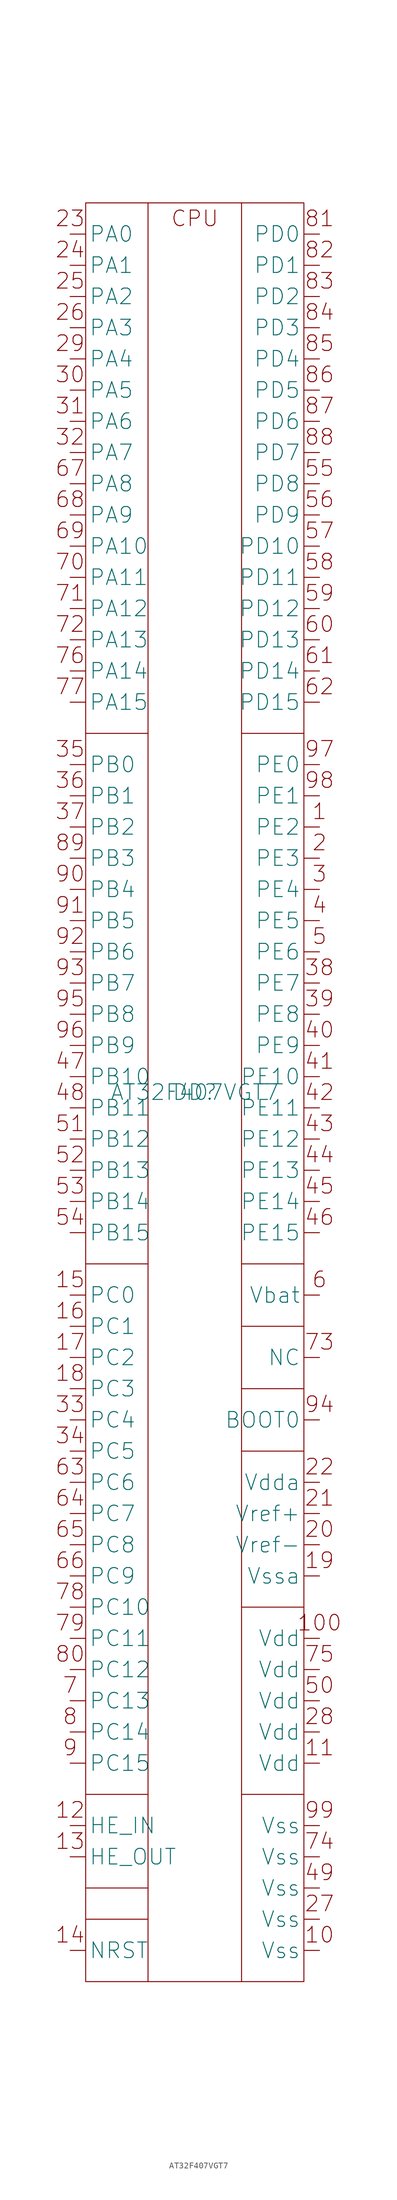
<source format=kicad_sym>
(kicad_symbol_lib
  (version 20220914)
  (generator kicad_symbol_editor)
  (symbol "AT32F407VGT7"
    (pin_numbers hide)
    (property "Reference" "DD"
      (at 0 0 0)
      (effects (font (size 2.5 2.5))))
    (property "Value" "AT32F407VGT7"
      (at 0 0 0)
      (effects (font (size 2.5 2.5))))
    (symbol "AT32F407VGT7_0_1"
      (rectangle (start -17.5 142.5) (end 17.5 -142.5) (stroke (width 0) (type default)) (fill (type none)))
      (polyline (pts (xy -17.5 -132.5) (xy -7.5 -132.5)) (stroke (width 0) (type default)) (fill (type none)))
      (polyline (pts (xy -17.5 -127.5) (xy -7.5 -127.5)) (stroke (width 0) (type default)) (fill (type none)))
      (polyline (pts (xy -17.5 -112.5) (xy -7.5 -112.5)) (stroke (width 0) (type default)) (fill (type none)))
      (polyline (pts (xy -17.5 -27.5) (xy -7.5 -27.5)) (stroke (width 0) (type default)) (fill (type none)))
      (polyline (pts (xy -17.5 57.5) (xy -7.5 57.5)) (stroke (width 0) (type default)) (fill (type none)))
      (polyline (pts (xy -7.5 142.5) (xy -7.5 -142.5)) (stroke (width 0) (type default)) (fill (type none)))
      (polyline (pts (xy 7.5 -112.5) (xy 17.5 -112.5)) (stroke (width 0) (type default)) (fill (type none)))
      (polyline (pts (xy 7.5 -82.5) (xy 17.5 -82.5)) (stroke (width 0) (type default)) (fill (type none)))
      (polyline (pts (xy 7.5 -57.5) (xy 17.5 -57.5)) (stroke (width 0) (type default)) (fill (type none)))
      (polyline (pts (xy 7.5 -47.5) (xy 17.5 -47.5)) (stroke (width 0) (type default)) (fill (type none)))
      (polyline (pts (xy 7.5 -37.5) (xy 17.5 -37.5)) (stroke (width 0) (type default)) (fill (type none)))
      (polyline (pts (xy 7.5 -27.5) (xy 17.5 -27.5)) (stroke (width 0) (type default)) (fill (type none)))
      (polyline (pts (xy 7.5 57.5) (xy 17.5 57.5)) (stroke (width 0) (type default)) (fill (type none)))
      (polyline (pts (xy 7.5 142.5) (xy 7.5 -142.5)) (stroke (width 0) (type default)) (fill (type none))))
    (symbol "AT32F407VGT7_1_1"
      (text "1" (at 20 45 0) (effects (font (size 2.5 2.5))))
      (text "10" (at 20 -135 0) (effects (font (size 2.5 2.5))))
      (text "100" (at 20 -85 0) (effects (font (size 2.5 2.5))))
      (text "11" (at 20 -105 0) (effects (font (size 2.5 2.5))))
      (text "12" (at -20 -115 0) (effects (font (size 2.5 2.5))))
      (text "13" (at -20 -120 0) (effects (font (size 2.5 2.5))))
      (text "14" (at -20 -135 0) (effects (font (size 2.5 2.5))))
      (text "15" (at -20 -30 0) (effects (font (size 2.5 2.5))))
      (text "16" (at -20 -35 0) (effects (font (size 2.5 2.5))))
      (text "17" (at -20 -40 0) (effects (font (size 2.5 2.5))))
      (text "18" (at -20 -45 0) (effects (font (size 2.5 2.5))))
      (text "19" (at 20 -75 0) (effects (font (size 2.5 2.5))))
      (text "2" (at 20 40 0) (effects (font (size 2.5 2.5))))
      (text "20" (at 20 -70 0) (effects (font (size 2.5 2.5))))
      (text "21" (at 20 -65 0) (effects (font (size 2.5 2.5))))
      (text "22" (at 20 -60 0) (effects (font (size 2.5 2.5))))
      (text "23" (at -20 140 0) (effects (font (size 2.5 2.5))))
      (text "24" (at -20 135 0) (effects (font (size 2.5 2.5))))
      (text "25" (at -20 130 0) (effects (font (size 2.5 2.5))))
      (text "26" (at -20 125 0) (effects (font (size 2.5 2.5))))
      (text "27" (at 20 -130 0) (effects (font (size 2.5 2.5))))
      (text "28" (at 20 -100 0) (effects (font (size 2.5 2.5))))
      (text "29" (at -20 120 0) (effects (font (size 2.5 2.5))))
      (text "3" (at 20 35 0) (effects (font (size 2.5 2.5))))
      (text "30" (at -20 115 0) (effects (font (size 2.5 2.5))))
      (text "31" (at -20 110 0) (effects (font (size 2.5 2.5))))
      (text "32" (at -20 105 0) (effects (font (size 2.5 2.5))))
      (text "33" (at -20 -50 0) (effects (font (size 2.5 2.5))))
      (text "34" (at -20 -55 0) (effects (font (size 2.5 2.5))))
      (text "35" (at -20 55 0) (effects (font (size 2.5 2.5))))
      (text "36" (at -20 50 0) (effects (font (size 2.5 2.5))))
      (text "37" (at -20 45 0) (effects (font (size 2.5 2.5))))
      (text "38" (at 20 20 0) (effects (font (size 2.5 2.5))))
      (text "39" (at 20 15 0) (effects (font (size 2.5 2.5))))
      (text "4" (at 20 30 0) (effects (font (size 2.5 2.5))))
      (text "40" (at 20 10 0) (effects (font (size 2.5 2.5))))
      (text "41" (at 20 5 0) (effects (font (size 2.5 2.5))))
      (text "42" (at 20 0 0) (effects (font (size 2.5 2.5))))
      (text "43" (at 20 -5 0) (effects (font (size 2.5 2.5))))
      (text "44" (at 20 -10 0) (effects (font (size 2.5 2.5))))
      (text "45" (at 20 -15 0) (effects (font (size 2.5 2.5))))
      (text "46" (at 20 -20 0) (effects (font (size 2.5 2.5))))
      (text "47" (at -20 5 0) (effects (font (size 2.5 2.5))))
      (text "48" (at -20 0 0) (effects (font (size 2.5 2.5))))
      (text "49" (at 20 -125 0) (effects (font (size 2.5 2.5))))
      (text "5" (at 20 25 0) (effects (font (size 2.5 2.5))))
      (text "50" (at 20 -95 0) (effects (font (size 2.5 2.5))))
      (text "51" (at -20 -5 0) (effects (font (size 2.5 2.5))))
      (text "52" (at -20 -10 0) (effects (font (size 2.5 2.5))))
      (text "53" (at -20 -15 0) (effects (font (size 2.5 2.5))))
      (text "54" (at -20 -20 0) (effects (font (size 2.5 2.5))))
      (text "55" (at 20 100 0) (effects (font (size 2.5 2.5))))
      (text "56" (at 20 95 0) (effects (font (size 2.5 2.5))))
      (text "57" (at 20 90 0) (effects (font (size 2.5 2.5))))
      (text "58" (at 20 85 0) (effects (font (size 2.5 2.5))))
      (text "59" (at 20 80 0) (effects (font (size 2.5 2.5))))
      (text "6" (at 20 -30 0) (effects (font (size 2.5 2.5))))
      (text "60" (at 20 75 0) (effects (font (size 2.5 2.5))))
      (text "61" (at 20 70 0) (effects (font (size 2.5 2.5))))
      (text "62" (at 20 65 0) (effects (font (size 2.5 2.5))))
      (text "63" (at -20 -60 0) (effects (font (size 2.5 2.5))))
      (text "64" (at -20 -65 0) (effects (font (size 2.5 2.5))))
      (text "65" (at -20 -70 0) (effects (font (size 2.5 2.5))))
      (text "66" (at -20 -75 0) (effects (font (size 2.5 2.5))))
      (text "67" (at -20 100 0) (effects (font (size 2.5 2.5))))
      (text "68" (at -20 95 0) (effects (font (size 2.5 2.5))))
      (text "69" (at -20 90 0) (effects (font (size 2.5 2.5))))
      (text "7" (at -20 -95 0) (effects (font (size 2.5 2.5))))
      (text "70" (at -20 85 0) (effects (font (size 2.5 2.5))))
      (text "71" (at -20 80 0) (effects (font (size 2.5 2.5))))
      (text "72" (at -20 75 0) (effects (font (size 2.5 2.5))))
      (text "73" (at 20 -40 0) (effects (font (size 2.5 2.5))))
      (text "74" (at 20 -120 0) (effects (font (size 2.5 2.5))))
      (text "75" (at 20 -90 0) (effects (font (size 2.5 2.5))))
      (text "76" (at -20 70 0) (effects (font (size 2.5 2.5))))
      (text "77" (at -20 65 0) (effects (font (size 2.5 2.5))))
      (text "78" (at -20 -80 0) (effects (font (size 2.5 2.5))))
      (text "79" (at -20 -85 0) (effects (font (size 2.5 2.5))))
      (text "8" (at -20 -100 0) (effects (font (size 2.5 2.5))))
      (text "80" (at -20 -90 0) (effects (font (size 2.5 2.5))))
      (text "81" (at 20 140 0) (effects (font (size 2.5 2.5))))
      (text "82" (at 20 135 0) (effects (font (size 2.5 2.5))))
      (text "83" (at 20 130 0) (effects (font (size 2.5 2.5))))
      (text "84" (at 20 125 0) (effects (font (size 2.5 2.5))))
      (text "85" (at 20 120 0) (effects (font (size 2.5 2.5))))
      (text "86" (at 20 115 0) (effects (font (size 2.5 2.5))))
      (text "87" (at 20 110 0) (effects (font (size 2.5 2.5))))
      (text "88" (at 20 105 0) (effects (font (size 2.5 2.5))))
      (text "89" (at -20 40 0) (effects (font (size 2.5 2.5))))
      (text "9" (at -20 -105 0) (effects (font (size 2.5 2.5))))
      (text "90" (at -20 35 0) (effects (font (size 2.5 2.5))))
      (text "91" (at -20 30 0) (effects (font (size 2.5 2.5))))
      (text "92" (at -20 25 0) (effects (font (size 2.5 2.5))))
      (text "93" (at -20 20 0) (effects (font (size 2.5 2.5))))
      (text "94" (at 20 -50 0) (effects (font (size 2.5 2.5))))
      (text "95" (at -20 15 0) (effects (font (size 2.5 2.5))))
      (text "96" (at -20 10 0) (effects (font (size 2.5 2.5))))
      (text "97" (at 20 55 0) (effects (font (size 2.5 2.5))))
      (text "98" (at 20 50 0) (effects (font (size 2.5 2.5))))
      (text "99" (at 20 -115 0) (effects (font (size 2.5 2.5))))
      (text "CPU" (at 0 140 0) (effects (font (size 2.5 2.5))))
      (pin input line (at 20 42.5 180) (length 2.5) (name "PE2" (effects (font (size 2.5 2.5)))) (number "1" (effects (font (size 2.5 2.5)))))
      (pin input line (at 20 -137.5 180) (length 2.5) (name "Vss" (effects (font (size 2.5 2.5)))) (number "10" (effects (font (size 2.5 2.5)))))
      (pin input line (at 20 -87.5 180) (length 2.5) (name "Vdd" (effects (font (size 2.5 2.5)))) (number "100" (effects (font (size 2.5 2.5)))))
      (pin input line (at 20 -107.5 180) (length 2.5) (name "Vdd" (effects (font (size 2.5 2.5)))) (number "11" (effects (font (size 2.5 2.5)))))
      (pin input line (at -20 -117.5 0) (length 2.5) (name "HE_IN" (effects (font (size 2.5 2.5)))) (number "12" (effects (font (size 2.5 2.5)))))
      (pin input line (at -20 -122.5 0) (length 2.5) (name "HE_OUT" (effects (font (size 2.5 2.5)))) (number "13" (effects (font (size 2.5 2.5)))))
      (pin input line (at -20 -137.5 0) (length 2.5) (name "NRST" (effects (font (size 2.5 2.5)))) (number "14" (effects (font (size 2.5 2.5)))))
      (pin input line (at -20 -32.5 0) (length 2.5) (name "PC0" (effects (font (size 2.5 2.5)))) (number "15" (effects (font (size 2.5 2.5)))))
      (pin input line (at -20 -37.5 0) (length 2.5) (name "PC1" (effects (font (size 2.5 2.5)))) (number "16" (effects (font (size 2.5 2.5)))))
      (pin input line (at -20 -42.5 0) (length 2.5) (name "PC2" (effects (font (size 2.5 2.5)))) (number "17" (effects (font (size 2.5 2.5)))))
      (pin input line (at -20 -47.5 0) (length 2.5) (name "PC3" (effects (font (size 2.5 2.5)))) (number "18" (effects (font (size 2.5 2.5)))))
      (pin input line (at 20 -77.5 180) (length 2.5) (name "Vssa" (effects (font (size 2.5 2.5)))) (number "19" (effects (font (size 2.5 2.5)))))
      (pin input line (at 20 37.5 180) (length 2.5) (name "PE3" (effects (font (size 2.5 2.5)))) (number "2" (effects (font (size 2.5 2.5)))))
      (pin input line (at 20 -72.5 180) (length 2.5) (name "Vref-" (effects (font (size 2.5 2.5)))) (number "20" (effects (font (size 2.5 2.5)))))
      (pin input line (at 20 -67.5 180) (length 2.5) (name "Vref+" (effects (font (size 2.5 2.5)))) (number "21" (effects (font (size 2.5 2.5)))))
      (pin input line (at 20 -62.5 180) (length 2.5) (name "Vdda" (effects (font (size 2.5 2.5)))) (number "22" (effects (font (size 2.5 2.5)))))
      (pin input line (at -20 137.5 0) (length 2.5) (name "PA0" (effects (font (size 2.5 2.5)))) (number "23" (effects (font (size 2.5 2.5)))))
      (pin input line (at -20 132.5 0) (length 2.5) (name "PA1" (effects (font (size 2.5 2.5)))) (number "24" (effects (font (size 2.5 2.5)))))
      (pin input line (at -20 127.5 0) (length 2.5) (name "PA2" (effects (font (size 2.5 2.5)))) (number "25" (effects (font (size 2.5 2.5)))))
      (pin input line (at -20 122.5 0) (length 2.5) (name "PA3" (effects (font (size 2.5 2.5)))) (number "26" (effects (font (size 2.5 2.5)))))
      (pin input line (at 20 -132.5 180) (length 2.5) (name "Vss" (effects (font (size 2.5 2.5)))) (number "27" (effects (font (size 2.5 2.5)))))
      (pin input line (at 20 -102.5 180) (length 2.5) (name "Vdd" (effects (font (size 2.5 2.5)))) (number "28" (effects (font (size 2.5 2.5)))))
      (pin input line (at -20 117.5 0) (length 2.5) (name "PA4" (effects (font (size 2.5 2.5)))) (number "29" (effects (font (size 2.5 2.5)))))
      (pin input line (at 20 32.5 180) (length 2.5) (name "PE4" (effects (font (size 2.5 2.5)))) (number "3" (effects (font (size 2.5 2.5)))))
      (pin input line (at -20 112.5 0) (length 2.5) (name "PA5" (effects (font (size 2.5 2.5)))) (number "30" (effects (font (size 2.5 2.5)))))
      (pin input line (at -20 107.5 0) (length 2.5) (name "PA6" (effects (font (size 2.5 2.5)))) (number "31" (effects (font (size 2.5 2.5)))))
      (pin input line (at -20 102.5 0) (length 2.5) (name "PA7" (effects (font (size 2.5 2.5)))) (number "32" (effects (font (size 2.5 2.5)))))
      (pin input line (at -20 -52.5 0) (length 2.5) (name "PC4" (effects (font (size 2.5 2.5)))) (number "33" (effects (font (size 2.5 2.5)))))
      (pin input line (at -20 -57.5 0) (length 2.5) (name "PC5" (effects (font (size 2.5 2.5)))) (number "34" (effects (font (size 2.5 2.5)))))
      (pin input line (at -20 52.5 0) (length 2.5) (name "PB0" (effects (font (size 2.5 2.5)))) (number "35" (effects (font (size 2.5 2.5)))))
      (pin input line (at -20 47.5 0) (length 2.5) (name "PB1" (effects (font (size 2.5 2.5)))) (number "36" (effects (font (size 2.5 2.5)))))
      (pin input line (at -20 42.5 0) (length 2.5) (name "PB2" (effects (font (size 2.5 2.5)))) (number "37" (effects (font (size 2.5 2.5)))))
      (pin input line (at 20 17.5 180) (length 2.5) (name "PE7" (effects (font (size 2.5 2.5)))) (number "38" (effects (font (size 2.5 2.5)))))
      (pin input line (at 20 12.5 180) (length 2.5) (name "PE8" (effects (font (size 2.5 2.5)))) (number "39" (effects (font (size 2.5 2.5)))))
      (pin input line (at 20 27.5 180) (length 2.5) (name "PE5" (effects (font (size 2.5 2.5)))) (number "4" (effects (font (size 2.5 2.5)))))
      (pin input line (at 20 7.5 180) (length 2.5) (name "PE9" (effects (font (size 2.5 2.5)))) (number "40" (effects (font (size 2.5 2.5)))))
      (pin input line (at 20 2.5 180) (length 2.5) (name "PE10" (effects (font (size 2.5 2.5)))) (number "41" (effects (font (size 2.5 2.5)))))
      (pin input line (at 20 -2.5 180) (length 2.5) (name "PE11" (effects (font (size 2.5 2.5)))) (number "42" (effects (font (size 2.5 2.5)))))
      (pin input line (at 20 -7.5 180) (length 2.5) (name "PE12" (effects (font (size 2.5 2.5)))) (number "43" (effects (font (size 2.5 2.5)))))
      (pin input line (at 20 -12.5 180) (length 2.5) (name "PE13" (effects (font (size 2.5 2.5)))) (number "44" (effects (font (size 2.5 2.5)))))
      (pin input line (at 20 -17.5 180) (length 2.5) (name "PE14" (effects (font (size 2.5 2.5)))) (number "45" (effects (font (size 2.5 2.5)))))
      (pin input line (at 20 -22.5 180) (length 2.5) (name "PE15" (effects (font (size 2.5 2.5)))) (number "46" (effects (font (size 2.5 2.5)))))
      (pin input line (at -20 2.5 0) (length 2.5) (name "PB10" (effects (font (size 2.5 2.5)))) (number "47" (effects (font (size 2.5 2.5)))))
      (pin input line (at -20 -2.5 0) (length 2.5) (name "PB11" (effects (font (size 2.5 2.5)))) (number "48" (effects (font (size 2.5 2.5)))))
      (pin input line (at 20 -127.5 180) (length 2.5) (name "Vss" (effects (font (size 2.5 2.5)))) (number "49" (effects (font (size 2.5 2.5)))))
      (pin input line (at 20 22.5 180) (length 2.5) (name "PE6" (effects (font (size 2.5 2.5)))) (number "5" (effects (font (size 2.5 2.5)))))
      (pin input line (at 20 -97.5 180) (length 2.5) (name "Vdd" (effects (font (size 2.5 2.5)))) (number "50" (effects (font (size 2.5 2.5)))))
      (pin input line (at -20 -7.5 0) (length 2.5) (name "PB12" (effects (font (size 2.5 2.5)))) (number "51" (effects (font (size 2.5 2.5)))))
      (pin input line (at -20 -12.5 0) (length 2.5) (name "PB13" (effects (font (size 2.5 2.5)))) (number "52" (effects (font (size 2.5 2.5)))))
      (pin input line (at -20 -17.5 0) (length 2.5) (name "PB14" (effects (font (size 2.5 2.5)))) (number "53" (effects (font (size 2.5 2.5)))))
      (pin input line (at -20 -22.5 0) (length 2.5) (name "PB15" (effects (font (size 2.5 2.5)))) (number "54" (effects (font (size 2.5 2.5)))))
      (pin input line (at 20 97.5 180) (length 2.5) (name "PD8" (effects (font (size 2.5 2.5)))) (number "55" (effects (font (size 2.5 2.5)))))
      (pin input line (at 20 92.5 180) (length 2.5) (name "PD9" (effects (font (size 2.5 2.5)))) (number "56" (effects (font (size 2.5 2.5)))))
      (pin input line (at 20 87.5 180) (length 2.5) (name "PD10" (effects (font (size 2.5 2.5)))) (number "57" (effects (font (size 2.5 2.5)))))
      (pin input line (at 20 82.5 180) (length 2.5) (name "PD11" (effects (font (size 2.5 2.5)))) (number "58" (effects (font (size 2.5 2.5)))))
      (pin input line (at 20 77.5 180) (length 2.5) (name "PD12" (effects (font (size 2.5 2.5)))) (number "59" (effects (font (size 2.5 2.5)))))
      (pin input line (at 20 -32.5 180) (length 2.5) (name "Vbat" (effects (font (size 2.5 2.5)))) (number "6" (effects (font (size 2.5 2.5)))))
      (pin input line (at 20 72.5 180) (length 2.5) (name "PD13" (effects (font (size 2.5 2.5)))) (number "60" (effects (font (size 2.5 2.5)))))
      (pin input line (at 20 67.5 180) (length 2.5) (name "PD14" (effects (font (size 2.5 2.5)))) (number "61" (effects (font (size 2.5 2.5)))))
      (pin input line (at 20 62.5 180) (length 2.5) (name "PD15" (effects (font (size 2.5 2.5)))) (number "62" (effects (font (size 2.5 2.5)))))
      (pin input line (at -20 -62.5 0) (length 2.5) (name "PC6" (effects (font (size 2.5 2.5)))) (number "63" (effects (font (size 2.5 2.5)))))
      (pin input line (at -20 -67.5 0) (length 2.5) (name "PC7" (effects (font (size 2.5 2.5)))) (number "64" (effects (font (size 2.5 2.5)))))
      (pin input line (at -20 -72.5 0) (length 2.5) (name "PC8" (effects (font (size 2.5 2.5)))) (number "65" (effects (font (size 2.5 2.5)))))
      (pin input line (at -20 -77.5 0) (length 2.5) (name "PC9" (effects (font (size 2.5 2.5)))) (number "66" (effects (font (size 2.5 2.5)))))
      (pin input line (at -20 97.5 0) (length 2.5) (name "PA8" (effects (font (size 2.5 2.5)))) (number "67" (effects (font (size 2.5 2.5)))))
      (pin input line (at -20 92.5 0) (length 2.5) (name "PA9" (effects (font (size 2.5 2.5)))) (number "68" (effects (font (size 2.5 2.5)))))
      (pin input line (at -20 87.5 0) (length 2.5) (name "PA10" (effects (font (size 2.5 2.5)))) (number "69" (effects (font (size 2.5 2.5)))))
      (pin input line (at -20 -97.5 0) (length 2.5) (name "PC13" (effects (font (size 2.5 2.5)))) (number "7" (effects (font (size 2.5 2.5)))))
      (pin input line (at -20 82.5 0) (length 2.5) (name "PA11" (effects (font (size 2.5 2.5)))) (number "70" (effects (font (size 2.5 2.5)))))
      (pin input line (at -20 77.5 0) (length 2.5) (name "PA12" (effects (font (size 2.5 2.5)))) (number "71" (effects (font (size 2.5 2.5)))))
      (pin input line (at -20 72.5 0) (length 2.5) (name "PA13" (effects (font (size 2.5 2.5)))) (number "72" (effects (font (size 2.5 2.5)))))
      (pin input line (at 20 -42.5 180) (length 2.5) (name "NC" (effects (font (size 2.5 2.5)))) (number "73" (effects (font (size 2.5 2.5)))))
      (pin input line (at 20 -122.5 180) (length 2.5) (name "Vss" (effects (font (size 2.5 2.5)))) (number "74" (effects (font (size 2.5 2.5)))))
      (pin input line (at 20 -92.5 180) (length 2.5) (name "Vdd" (effects (font (size 2.5 2.5)))) (number "75" (effects (font (size 2.5 2.5)))))
      (pin input line (at -20 67.5 0) (length 2.5) (name "PA14" (effects (font (size 2.5 2.5)))) (number "76" (effects (font (size 2.5 2.5)))))
      (pin input line (at -20 62.5 0) (length 2.5) (name "PA15" (effects (font (size 2.5 2.5)))) (number "77" (effects (font (size 2.5 2.5)))))
      (pin input line (at -20 -82.5 0) (length 2.5) (name "PC10" (effects (font (size 2.5 2.5)))) (number "78" (effects (font (size 2.5 2.5)))))
      (pin input line (at -20 -87.5 0) (length 2.5) (name "PC11" (effects (font (size 2.5 2.5)))) (number "79" (effects (font (size 2.5 2.5)))))
      (pin input line (at -20 -102.5 0) (length 2.5) (name "PC14" (effects (font (size 2.5 2.5)))) (number "8" (effects (font (size 2.5 2.5)))))
      (pin input line (at -20 -92.5 0) (length 2.5) (name "PC12" (effects (font (size 2.5 2.5)))) (number "80" (effects (font (size 2.5 2.5)))))
      (pin input line (at 20 137.5 180) (length 2.5) (name "PD0" (effects (font (size 2.5 2.5)))) (number "81" (effects (font (size 2.5 2.5)))))
      (pin input line (at 20 132.5 180) (length 2.5) (name "PD1" (effects (font (size 2.5 2.5)))) (number "82" (effects (font (size 2.5 2.5)))))
      (pin input line (at 20 127.5 180) (length 2.5) (name "PD2" (effects (font (size 2.5 2.5)))) (number "83" (effects (font (size 2.5 2.5)))))
      (pin input line (at 20 122.5 180) (length 2.5) (name "PD3" (effects (font (size 2.5 2.5)))) (number "84" (effects (font (size 2.5 2.5)))))
      (pin input line (at 20 117.5 180) (length 2.5) (name "PD4" (effects (font (size 2.5 2.5)))) (number "85" (effects (font (size 2.5 2.5)))))
      (pin input line (at 20 112.5 180) (length 2.5) (name "PD5" (effects (font (size 2.5 2.5)))) (number "86" (effects (font (size 2.5 2.5)))))
      (pin input line (at 20 107.5 180) (length 2.5) (name "PD6" (effects (font (size 2.5 2.5)))) (number "87" (effects (font (size 2.5 2.5)))))
      (pin input line (at 20 102.5 180) (length 2.5) (name "PD7" (effects (font (size 2.5 2.5)))) (number "88" (effects (font (size 2.5 2.5)))))
      (pin input line (at -20 37.5 0) (length 2.5) (name "PB3" (effects (font (size 2.5 2.5)))) (number "89" (effects (font (size 2.5 2.5)))))
      (pin input line (at -20 -107.5 0) (length 2.5) (name "PC15" (effects (font (size 2.5 2.5)))) (number "9" (effects (font (size 2.5 2.5)))))
      (pin input line (at -20 32.5 0) (length 2.5) (name "PB4" (effects (font (size 2.5 2.5)))) (number "90" (effects (font (size 2.5 2.5)))))
      (pin input line (at -20 27.5 0) (length 2.5) (name "PB5" (effects (font (size 2.5 2.5)))) (number "91" (effects (font (size 2.5 2.5)))))
      (pin input line (at -20 22.5 0) (length 2.5) (name "PB6" (effects (font (size 2.5 2.5)))) (number "92" (effects (font (size 2.5 2.5)))))
      (pin input line (at -20 17.5 0) (length 2.5) (name "PB7" (effects (font (size 2.5 2.5)))) (number "93" (effects (font (size 2.5 2.5)))))
      (pin input line (at 20 -52.5 180) (length 2.5) (name "BOOT0" (effects (font (size 2.5 2.5)))) (number "94" (effects (font (size 2.5 2.5)))))
      (pin input line (at -20 12.5 0) (length 2.5) (name "PB8" (effects (font (size 2.5 2.5)))) (number "95" (effects (font (size 2.5 2.5)))))
      (pin input line (at -20 7.5 0) (length 2.5) (name "PB9" (effects (font (size 2.5 2.5)))) (number "96" (effects (font (size 2.5 2.5)))))
      (pin input line (at 20 52.5 180) (length 2.5) (name "PE0" (effects (font (size 2.5 2.5)))) (number "97" (effects (font (size 2.5 2.5)))))
      (pin input line (at 20 47.5 180) (length 2.5) (name "PE1" (effects (font (size 2.5 2.5)))) (number "98" (effects (font (size 2.5 2.5)))))
      (pin input line (at 20 -117.5 180) (length 2.5) (name "Vss" (effects (font (size 2.5 2.5)))) (number "99" (effects (font (size 2.5 2.5))))))))
</source>
